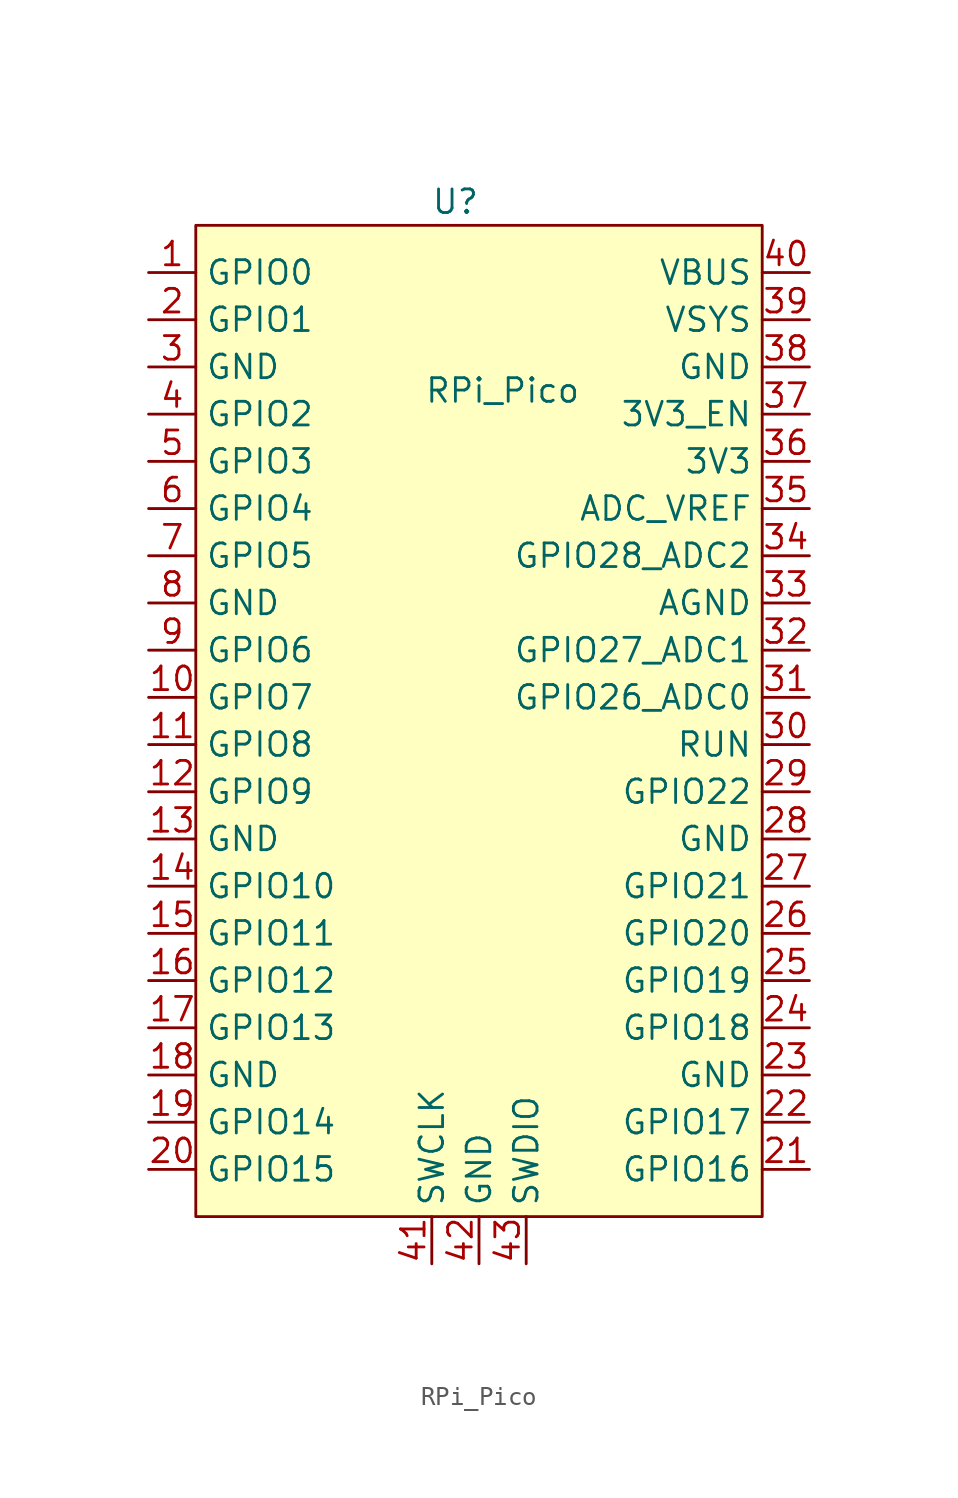
<source format=kicad_sym>
(kicad_symbol_lib
  (version 20241209)
  (generator "kicad_symbol_editor")
  (generator_version "9.0")
  (symbol "RPi_Pico"
    (property "Reference" "U"
      (at 0 27.94 0)
      (effects (font (size 1.27 1.27))))
    (property "Value" "RPi_Pico"
      (at 2.54 17.78 0)
      (effects (font (size 1.27 1.27))))
    (symbol "RPi_Pico_0_1"
      (rectangle (start -13.97 26.67) (end 16.51 -26.67) (stroke (width 0) (type solid)) (fill (type background))))
    (symbol "RPi_Pico_1_1"
      (pin bidirectional line (at -16.51 24.13 0) (length 2.54) (name "GPIO0" (effects (font (size 1.27 1.27)))) (number "1" (effects (font (size 1.27 1.27)))))
      (pin bidirectional line (at -16.51 21.59 0) (length 2.54) (name "GPIO1" (effects (font (size 1.27 1.27)))) (number "2" (effects (font (size 1.27 1.27)))))
      (pin power_in line (at -16.51 19.05 0) (length 2.54) (name "GND" (effects (font (size 1.27 1.27)))) (number "3" (effects (font (size 1.27 1.27)))))
      (pin bidirectional line (at -16.51 16.51 0) (length 2.54) (name "GPIO2" (effects (font (size 1.27 1.27)))) (number "4" (effects (font (size 1.27 1.27)))))
      (pin bidirectional line (at -16.51 13.97 0) (length 2.54) (name "GPIO3" (effects (font (size 1.27 1.27)))) (number "5" (effects (font (size 1.27 1.27)))))
      (pin bidirectional line (at -16.51 11.43 0) (length 2.54) (name "GPIO4" (effects (font (size 1.27 1.27)))) (number "6" (effects (font (size 1.27 1.27)))))
      (pin bidirectional line (at -16.51 8.89 0) (length 2.54) (name "GPIO5" (effects (font (size 1.27 1.27)))) (number "7" (effects (font (size 1.27 1.27)))))
      (pin power_in line (at -16.51 6.35 0) (length 2.54) (name "GND" (effects (font (size 1.27 1.27)))) (number "8" (effects (font (size 1.27 1.27)))))
      (pin bidirectional line (at -16.51 3.81 0) (length 2.54) (name "GPIO6" (effects (font (size 1.27 1.27)))) (number "9" (effects (font (size 1.27 1.27)))))
      (pin bidirectional line (at -16.51 1.27 0) (length 2.54) (name "GPIO7" (effects (font (size 1.27 1.27)))) (number "10" (effects (font (size 1.27 1.27)))))
      (pin bidirectional line (at -16.51 -1.27 0) (length 2.54) (name "GPIO8" (effects (font (size 1.27 1.27)))) (number "11" (effects (font (size 1.27 1.27)))))
      (pin bidirectional line (at -16.51 -3.81 0) (length 2.54) (name "GPIO9" (effects (font (size 1.27 1.27)))) (number "12" (effects (font (size 1.27 1.27)))))
      (pin power_in line (at -16.51 -6.35 0) (length 2.54) (name "GND" (effects (font (size 1.27 1.27)))) (number "13" (effects (font (size 1.27 1.27)))))
      (pin bidirectional line (at -16.51 -8.89 0) (length 2.54) (name "GPIO10" (effects (font (size 1.27 1.27)))) (number "14" (effects (font (size 1.27 1.27)))))
      (pin bidirectional line (at -16.51 -11.43 0) (length 2.54) (name "GPIO11" (effects (font (size 1.27 1.27)))) (number "15" (effects (font (size 1.27 1.27)))))
      (pin bidirectional line (at -16.51 -13.97 0) (length 2.54) (name "GPIO12" (effects (font (size 1.27 1.27)))) (number "16" (effects (font (size 1.27 1.27)))))
      (pin bidirectional line (at -16.51 -16.51 0) (length 2.54) (name "GPIO13" (effects (font (size 1.27 1.27)))) (number "17" (effects (font (size 1.27 1.27)))))
      (pin power_in line (at -16.51 -19.05 0) (length 2.54) (name "GND" (effects (font (size 1.27 1.27)))) (number "18" (effects (font (size 1.27 1.27)))))
      (pin bidirectional line (at -16.51 -21.59 0) (length 2.54) (name "GPIO14" (effects (font (size 1.27 1.27)))) (number "19" (effects (font (size 1.27 1.27)))))
      (pin bidirectional line (at -16.51 -24.13 0) (length 2.54) (name "GPIO15" (effects (font (size 1.27 1.27)))) (number "20" (effects (font (size 1.27 1.27)))))
      (pin input line (at -1.27 -29.21 90) (length 2.54) (name "SWCLK" (effects (font (size 1.27 1.27)))) (number "41" (effects (font (size 1.27 1.27)))))
      (pin power_in line (at 1.27 -29.21 90) (length 2.54) (name "GND" (effects (font (size 1.27 1.27)))) (number "42" (effects (font (size 1.27 1.27)))))
      (pin bidirectional line (at 3.81 -29.21 90) (length 2.54) (name "SWDIO" (effects (font (size 1.27 1.27)))) (number "43" (effects (font (size 1.27 1.27)))))
      (pin power_out line (at 19.05 24.13 180) (length 2.54) (name "VBUS" (effects (font (size 1.27 1.27)))) (number "40" (effects (font (size 1.27 1.27)))))
      (pin power_in line (at 19.05 21.59 180) (length 2.54) (name "VSYS" (effects (font (size 1.27 1.27)))) (number "39" (effects (font (size 1.27 1.27)))))
      (pin power_in line (at 19.05 19.05 180) (length 2.54) (name "GND" (effects (font (size 1.27 1.27)))) (number "38" (effects (font (size 1.27 1.27)))))
      (pin input line (at 19.05 16.51 180) (length 2.54) (name "3V3_EN" (effects (font (size 1.27 1.27)))) (number "37" (effects (font (size 1.27 1.27)))))
      (pin power_out line (at 19.05 13.97 180) (length 2.54) (name "3V3" (effects (font (size 1.27 1.27)))) (number "36" (effects (font (size 1.27 1.27)))))
      (pin unspecified line (at 19.05 11.43 180) (length 2.54) (name "ADC_VREF" (effects (font (size 1.27 1.27)))) (number "35" (effects (font (size 1.27 1.27)))))
      (pin bidirectional line (at 19.05 8.89 180) (length 2.54) (name "GPIO28_ADC2" (effects (font (size 1.27 1.27)))) (number "34" (effects (font (size 1.27 1.27)))))
      (pin power_in line (at 19.05 6.35 180) (length 2.54) (name "AGND" (effects (font (size 1.27 1.27)))) (number "33" (effects (font (size 1.27 1.27)))))
      (pin bidirectional line (at 19.05 3.81 180) (length 2.54) (name "GPIO27_ADC1" (effects (font (size 1.27 1.27)))) (number "32" (effects (font (size 1.27 1.27)))))
      (pin bidirectional line (at 19.05 1.27 180) (length 2.54) (name "GPIO26_ADC0" (effects (font (size 1.27 1.27)))) (number "31" (effects (font (size 1.27 1.27)))))
      (pin input line (at 19.05 -1.27 180) (length 2.54) (name "RUN" (effects (font (size 1.27 1.27)))) (number "30" (effects (font (size 1.27 1.27)))))
      (pin bidirectional line (at 19.05 -3.81 180) (length 2.54) (name "GPIO22" (effects (font (size 1.27 1.27)))) (number "29" (effects (font (size 1.27 1.27)))))
      (pin power_in line (at 19.05 -6.35 180) (length 2.54) (name "GND" (effects (font (size 1.27 1.27)))) (number "28" (effects (font (size 1.27 1.27)))))
      (pin bidirectional line (at 19.05 -8.89 180) (length 2.54) (name "GPIO21" (effects (font (size 1.27 1.27)))) (number "27" (effects (font (size 1.27 1.27)))))
      (pin bidirectional line (at 19.05 -11.43 180) (length 2.54) (name "GPIO20" (effects (font (size 1.27 1.27)))) (number "26" (effects (font (size 1.27 1.27)))))
      (pin bidirectional line (at 19.05 -13.97 180) (length 2.54) (name "GPIO19" (effects (font (size 1.27 1.27)))) (number "25" (effects (font (size 1.27 1.27)))))
      (pin bidirectional line (at 19.05 -16.51 180) (length 2.54) (name "GPIO18" (effects (font (size 1.27 1.27)))) (number "24" (effects (font (size 1.27 1.27)))))
      (pin power_in line (at 19.05 -19.05 180) (length 2.54) (name "GND" (effects (font (size 1.27 1.27)))) (number "23" (effects (font (size 1.27 1.27)))))
      (pin bidirectional line (at 19.05 -21.59 180) (length 2.54) (name "GPIO17" (effects (font (size 1.27 1.27)))) (number "22" (effects (font (size 1.27 1.27)))))
      (pin bidirectional line (at 19.05 -24.13 180) (length 2.54) (name "GPIO16" (effects (font (size 1.27 1.27)))) (number "21" (effects (font (size 1.27 1.27))))))))
</source>
